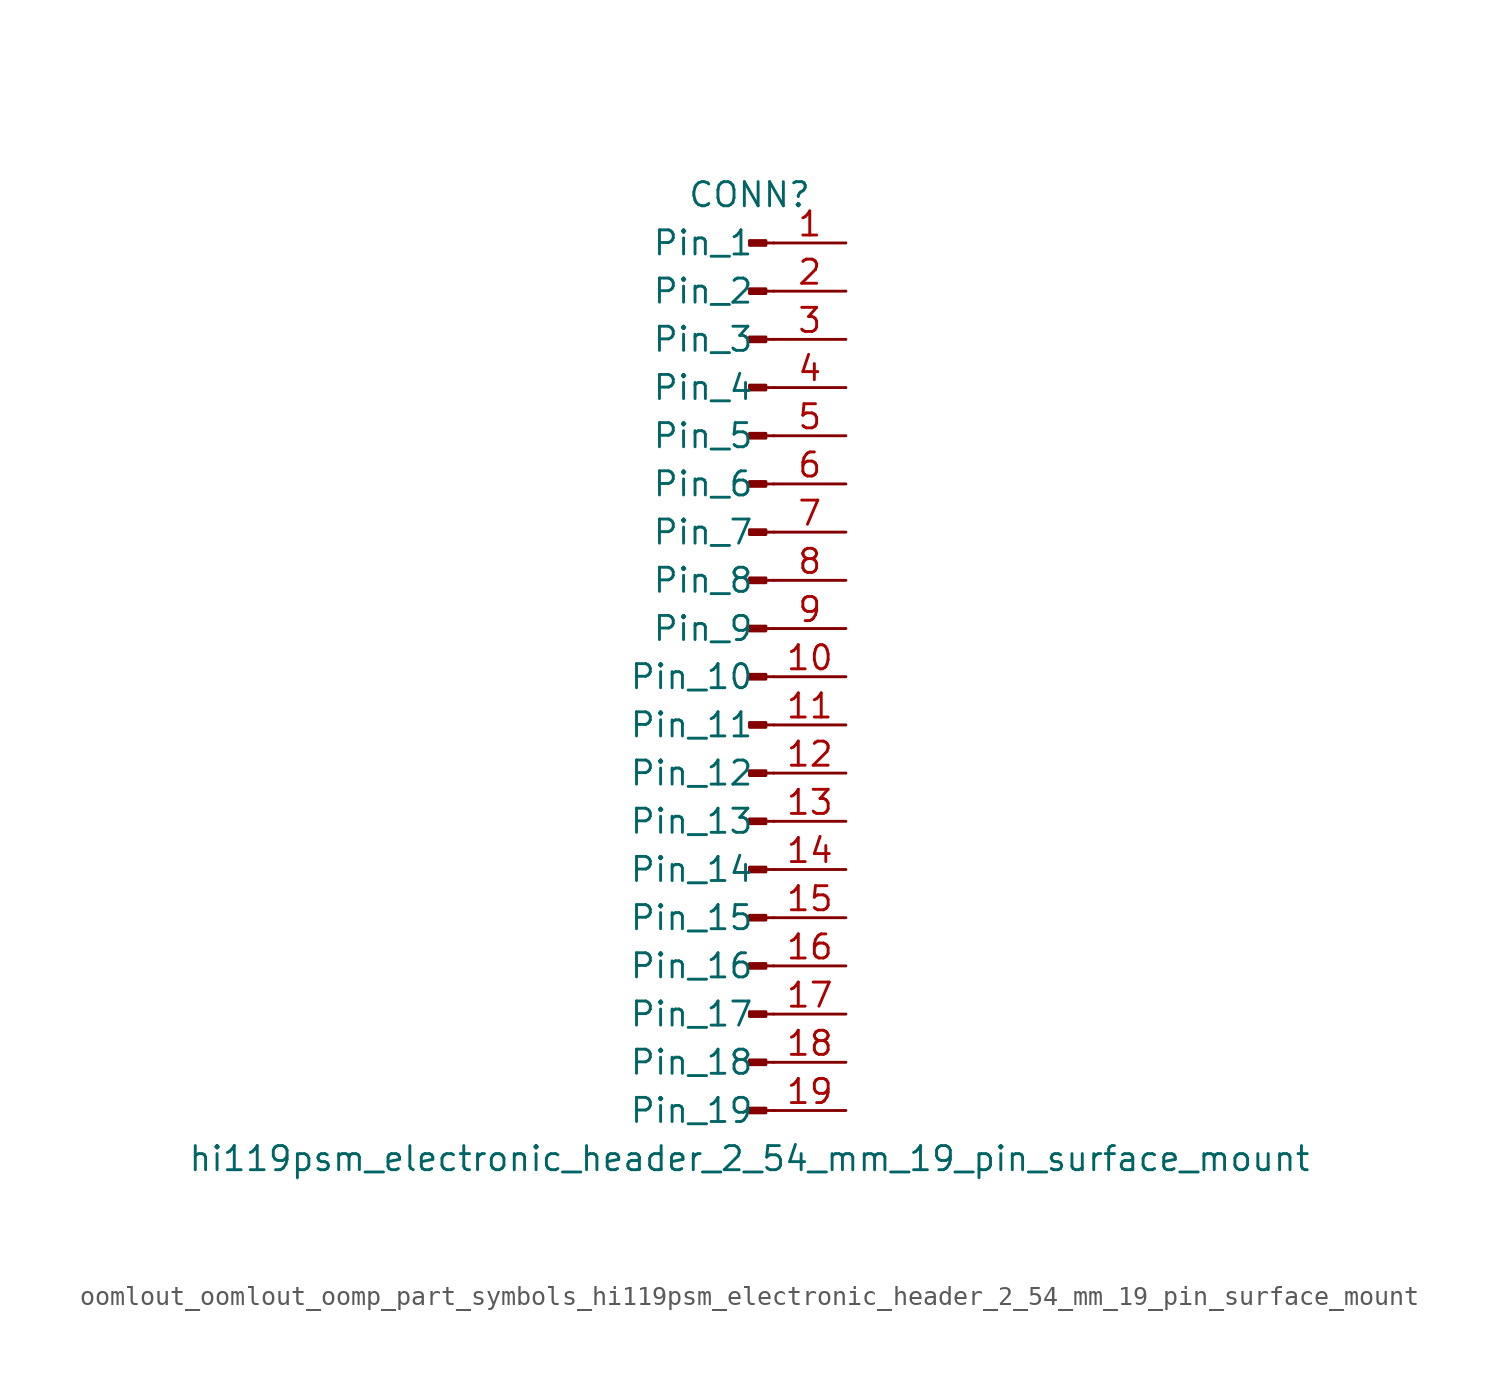
<source format=kicad_sym>
(kicad_symbol_lib
  (version 20220914)
  (generator kicad_symbol_editor)
  (symbol "oomlout_oomlout_oomp_part_symbols_hi119psm_electronic_header_2_54_mm_19_pin_surface_mount"
    (pin_names
      (offset 1.016))
    (property "Reference" "CONN"
      (at 0 25.4 0)
      (effects (font (size 1.27 1.27))))
    (property "Value" "hi119psm_electronic_header_2_54_mm_19_pin_surface_mount"
      (at 0 -25.4 0)
      (effects (font (size 1.27 1.27))))
    (property "ki_locked" ""
      (at 0 0 0)
      (effects (font (size 1.27 1.27))))
    (symbol "oomlout_oomlout_oomp_part_symbols_hi119psm_electronic_header_2_54_mm_19_pin_surface_mount_1_1"
      (polyline (pts (xy 1.27 -22.86) (xy 0.864 -22.86)) (stroke (width 0.152) (type default)) (fill (type none)))
      (polyline (pts (xy 1.27 -20.32) (xy 0.864 -20.32)) (stroke (width 0.152) (type default)) (fill (type none)))
      (polyline (pts (xy 1.27 -17.78) (xy 0.864 -17.78)) (stroke (width 0.152) (type default)) (fill (type none)))
      (polyline (pts (xy 1.27 -15.24) (xy 0.864 -15.24)) (stroke (width 0.152) (type default)) (fill (type none)))
      (polyline (pts (xy 1.27 -12.7) (xy 0.864 -12.7)) (stroke (width 0.152) (type default)) (fill (type none)))
      (polyline (pts (xy 1.27 -10.16) (xy 0.864 -10.16)) (stroke (width 0.152) (type default)) (fill (type none)))
      (polyline (pts (xy 1.27 -7.62) (xy 0.864 -7.62)) (stroke (width 0.152) (type default)) (fill (type none)))
      (polyline (pts (xy 1.27 -5.08) (xy 0.864 -5.08)) (stroke (width 0.152) (type default)) (fill (type none)))
      (polyline (pts (xy 1.27 -2.54) (xy 0.864 -2.54)) (stroke (width 0.152) (type default)) (fill (type none)))
      (polyline (pts (xy 1.27 0) (xy 0.864 0)) (stroke (width 0.152) (type default)) (fill (type none)))
      (polyline (pts (xy 1.27 2.54) (xy 0.864 2.54)) (stroke (width 0.152) (type default)) (fill (type none)))
      (polyline (pts (xy 1.27 5.08) (xy 0.864 5.08)) (stroke (width 0.152) (type default)) (fill (type none)))
      (polyline (pts (xy 1.27 7.62) (xy 0.864 7.62)) (stroke (width 0.152) (type default)) (fill (type none)))
      (polyline (pts (xy 1.27 10.16) (xy 0.864 10.16)) (stroke (width 0.152) (type default)) (fill (type none)))
      (polyline (pts (xy 1.27 12.7) (xy 0.864 12.7)) (stroke (width 0.152) (type default)) (fill (type none)))
      (polyline (pts (xy 1.27 15.24) (xy 0.864 15.24)) (stroke (width 0.152) (type default)) (fill (type none)))
      (polyline (pts (xy 1.27 17.78) (xy 0.864 17.78)) (stroke (width 0.152) (type default)) (fill (type none)))
      (polyline (pts (xy 1.27 20.32) (xy 0.864 20.32)) (stroke (width 0.152) (type default)) (fill (type none)))
      (polyline (pts (xy 1.27 22.86) (xy 0.864 22.86)) (stroke (width 0.152) (type default)) (fill (type none)))
      (rectangle (start 0.864 -22.733) (end 0 -22.987) (stroke (width 0.152) (type default)) (fill (type outline)))
      (rectangle (start 0.864 -20.193) (end 0 -20.447) (stroke (width 0.152) (type default)) (fill (type outline)))
      (rectangle (start 0.864 -17.653) (end 0 -17.907) (stroke (width 0.152) (type default)) (fill (type outline)))
      (rectangle (start 0.864 -15.113) (end 0 -15.367) (stroke (width 0.152) (type default)) (fill (type outline)))
      (rectangle (start 0.864 -12.573) (end 0 -12.827) (stroke (width 0.152) (type default)) (fill (type outline)))
      (rectangle (start 0.864 -10.033) (end 0 -10.287) (stroke (width 0.152) (type default)) (fill (type outline)))
      (rectangle (start 0.864 -7.493) (end 0 -7.747) (stroke (width 0.152) (type default)) (fill (type outline)))
      (rectangle (start 0.864 -4.953) (end 0 -5.207) (stroke (width 0.152) (type default)) (fill (type outline)))
      (rectangle (start 0.864 -2.413) (end 0 -2.667) (stroke (width 0.152) (type default)) (fill (type outline)))
      (rectangle (start 0.864 0.127) (end 0 -0.127) (stroke (width 0.152) (type default)) (fill (type outline)))
      (rectangle (start 0.864 2.667) (end 0 2.413) (stroke (width 0.152) (type default)) (fill (type outline)))
      (rectangle (start 0.864 5.207) (end 0 4.953) (stroke (width 0.152) (type default)) (fill (type outline)))
      (rectangle (start 0.864 7.747) (end 0 7.493) (stroke (width 0.152) (type default)) (fill (type outline)))
      (rectangle (start 0.864 10.287) (end 0 10.033) (stroke (width 0.152) (type default)) (fill (type outline)))
      (rectangle (start 0.864 12.827) (end 0 12.573) (stroke (width 0.152) (type default)) (fill (type outline)))
      (rectangle (start 0.864 15.367) (end 0 15.113) (stroke (width 0.152) (type default)) (fill (type outline)))
      (rectangle (start 0.864 17.907) (end 0 17.653) (stroke (width 0.152) (type default)) (fill (type outline)))
      (rectangle (start 0.864 20.447) (end 0 20.193) (stroke (width 0.152) (type default)) (fill (type outline)))
      (rectangle (start 0.864 22.987) (end 0 22.733) (stroke (width 0.152) (type default)) (fill (type outline)))
      (pin passive line (at 5.08 22.86 180) (length 3.81) (name "Pin_1" (effects (font (size 1.27 1.27)))) (number "1" (effects (font (size 1.27 1.27)))))
      (pin passive line (at 5.08 0 180) (length 3.81) (name "Pin_10" (effects (font (size 1.27 1.27)))) (number "10" (effects (font (size 1.27 1.27)))))
      (pin passive line (at 5.08 -2.54 180) (length 3.81) (name "Pin_11" (effects (font (size 1.27 1.27)))) (number "11" (effects (font (size 1.27 1.27)))))
      (pin passive line (at 5.08 -5.08 180) (length 3.81) (name "Pin_12" (effects (font (size 1.27 1.27)))) (number "12" (effects (font (size 1.27 1.27)))))
      (pin passive line (at 5.08 -7.62 180) (length 3.81) (name "Pin_13" (effects (font (size 1.27 1.27)))) (number "13" (effects (font (size 1.27 1.27)))))
      (pin passive line (at 5.08 -10.16 180) (length 3.81) (name "Pin_14" (effects (font (size 1.27 1.27)))) (number "14" (effects (font (size 1.27 1.27)))))
      (pin passive line (at 5.08 -12.7 180) (length 3.81) (name "Pin_15" (effects (font (size 1.27 1.27)))) (number "15" (effects (font (size 1.27 1.27)))))
      (pin passive line (at 5.08 -15.24 180) (length 3.81) (name "Pin_16" (effects (font (size 1.27 1.27)))) (number "16" (effects (font (size 1.27 1.27)))))
      (pin passive line (at 5.08 -17.78 180) (length 3.81) (name "Pin_17" (effects (font (size 1.27 1.27)))) (number "17" (effects (font (size 1.27 1.27)))))
      (pin passive line (at 5.08 -20.32 180) (length 3.81) (name "Pin_18" (effects (font (size 1.27 1.27)))) (number "18" (effects (font (size 1.27 1.27)))))
      (pin passive line (at 5.08 -22.86 180) (length 3.81) (name "Pin_19" (effects (font (size 1.27 1.27)))) (number "19" (effects (font (size 1.27 1.27)))))
      (pin passive line (at 5.08 20.32 180) (length 3.81) (name "Pin_2" (effects (font (size 1.27 1.27)))) (number "2" (effects (font (size 1.27 1.27)))))
      (pin passive line (at 5.08 17.78 180) (length 3.81) (name "Pin_3" (effects (font (size 1.27 1.27)))) (number "3" (effects (font (size 1.27 1.27)))))
      (pin passive line (at 5.08 15.24 180) (length 3.81) (name "Pin_4" (effects (font (size 1.27 1.27)))) (number "4" (effects (font (size 1.27 1.27)))))
      (pin passive line (at 5.08 12.7 180) (length 3.81) (name "Pin_5" (effects (font (size 1.27 1.27)))) (number "5" (effects (font (size 1.27 1.27)))))
      (pin passive line (at 5.08 10.16 180) (length 3.81) (name "Pin_6" (effects (font (size 1.27 1.27)))) (number "6" (effects (font (size 1.27 1.27)))))
      (pin passive line (at 5.08 7.62 180) (length 3.81) (name "Pin_7" (effects (font (size 1.27 1.27)))) (number "7" (effects (font (size 1.27 1.27)))))
      (pin passive line (at 5.08 5.08 180) (length 3.81) (name "Pin_8" (effects (font (size 1.27 1.27)))) (number "8" (effects (font (size 1.27 1.27)))))
      (pin passive line (at 5.08 2.54 180) (length 3.81) (name "Pin_9" (effects (font (size 1.27 1.27)))) (number "9" (effects (font (size 1.27 1.27))))))))
</source>
